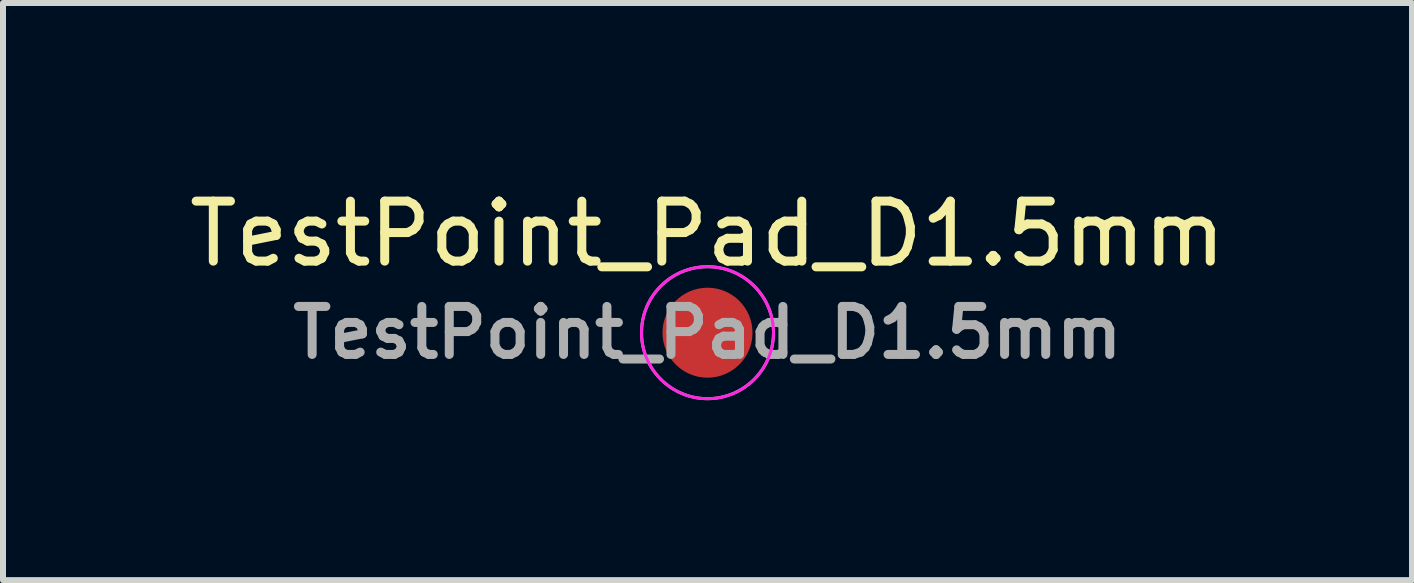
<source format=kicad_pcb>
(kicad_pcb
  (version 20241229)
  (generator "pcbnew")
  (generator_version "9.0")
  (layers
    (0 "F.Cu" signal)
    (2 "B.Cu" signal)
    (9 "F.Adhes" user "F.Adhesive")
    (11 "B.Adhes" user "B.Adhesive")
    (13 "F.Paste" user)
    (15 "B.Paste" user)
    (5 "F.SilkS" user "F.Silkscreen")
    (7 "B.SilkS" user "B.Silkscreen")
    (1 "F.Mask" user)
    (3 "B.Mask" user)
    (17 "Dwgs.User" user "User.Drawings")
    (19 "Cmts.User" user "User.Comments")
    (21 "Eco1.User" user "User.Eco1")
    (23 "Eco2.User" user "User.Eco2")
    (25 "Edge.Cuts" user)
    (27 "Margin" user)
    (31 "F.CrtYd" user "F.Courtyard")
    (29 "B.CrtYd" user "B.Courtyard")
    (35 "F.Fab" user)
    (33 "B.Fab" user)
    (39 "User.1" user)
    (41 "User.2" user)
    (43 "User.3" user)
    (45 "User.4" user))
  (footprint "TestPoint_Pad_D1.5mm"
    (layer "F.Cu")
    (at 8.744 2.496)
    (property "Reference" "TestPoint_Pad_D1.5mm" (at 0 -1.648 0) (layer "F.SilkS") (effects (font (size 1 1) (thickness 0.15))))
    (attr exclude_from_pos_files exclude_from_bom)
    (fp_circle (center 0 0) (end 1.1 0) (stroke (width 0.05) (type solid)) (fill no) (layer "F.CrtYd"))
    (fp_circle (center 0 0) (end 1.1 0) (stroke (width 0.05) (type solid)) (fill no) (layer "F.Fab"))
    (fp_text user "${REFERENCE}" (at 0 0 0) (layer "F.Fab") (effects (font (size 0.8 0.8) (thickness 0.15))))
    (pad "1" smd circle (at 0 0) (size 1.5 1.5) (layers "F.Cu" "F.Mask")))
  (gr_rect
    (start -3 -3)
    (end 20.488 6.621)
    (stroke (width 0.1) (type default))
    (fill no)
    (layer "Edge.Cuts")))
</source>
